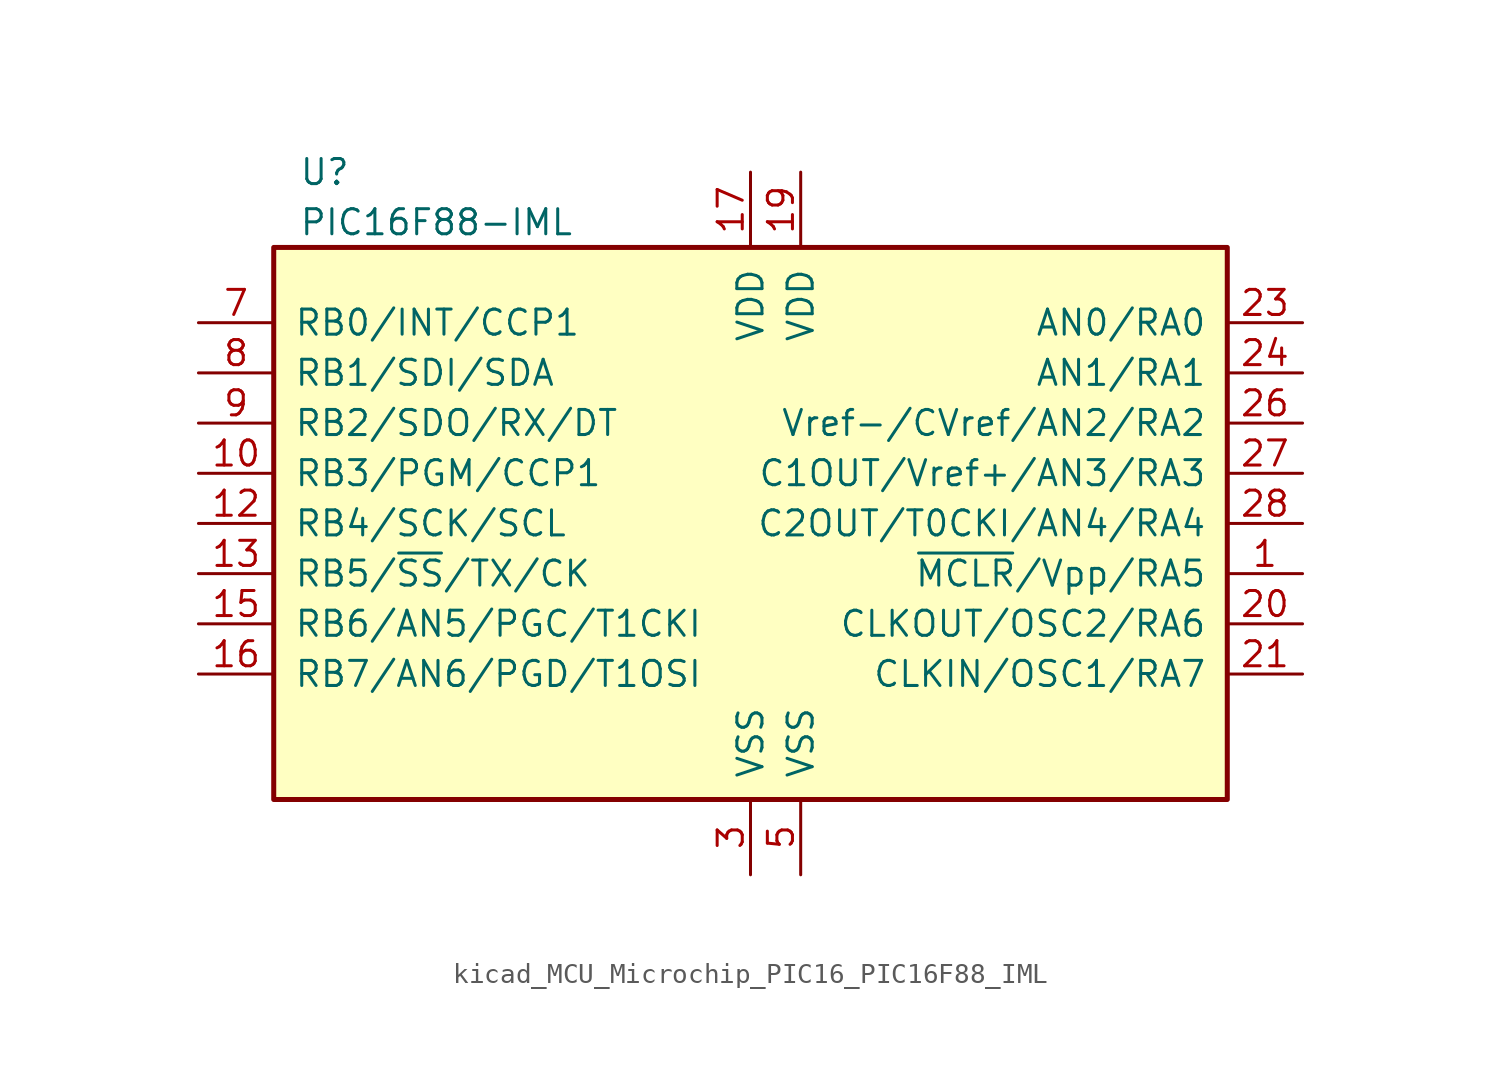
<source format=kicad_sym>
(kicad_symbol_lib
  (version 20220914)
  (generator kicad_symbol_editor)
  (symbol "kicad_MCU_Microchip_PIC16_PIC16F88_IML"
    (pin_names
      (offset 1.016))
    (property "Reference" "U"
      (at -22.86 17.78 0)
      (effects (font (size 1.27 1.27)) (justify left)))
    (property "Value" "PIC16F88-IML"
      (at -22.86 15.24 0)
      (effects (font (size 1.27 1.27)) (justify left)))
    (symbol "kicad_MCU_Microchip_PIC16_PIC16F88_IML_0_1"
      (rectangle (start 24.13 13.97) (end -24.13 -13.97) (stroke (width 0.254) (type default)) (fill (type background))))
    (symbol "kicad_MCU_Microchip_PIC16_PIC16F88_IML_1_1"
      (pin input line (at 27.94 -2.54 180) (length 3.81) (name "~{MCLR}/Vpp/RA5" (effects (font (size 1.27 1.27)))) (number "1" (effects (font (size 1.27 1.27)))))
      (pin bidirectional line (at -27.94 2.54 0) (length 3.81) (name "RB3/PGM/CCP1" (effects (font (size 1.27 1.27)))) (number "10" (effects (font (size 1.27 1.27)))))
      (pin bidirectional line (at -27.94 0 0) (length 3.81) (name "RB4/SCK/SCL" (effects (font (size 1.27 1.27)))) (number "12" (effects (font (size 1.27 1.27)))))
      (pin bidirectional line (at -27.94 -2.54 0) (length 3.81) (name "RB5/~{SS}/TX/CK" (effects (font (size 1.27 1.27)))) (number "13" (effects (font (size 1.27 1.27)))))
      (pin bidirectional line (at -27.94 -5.08 0) (length 3.81) (name "RB6/AN5/PGC/T1CKI" (effects (font (size 1.27 1.27)))) (number "15" (effects (font (size 1.27 1.27)))))
      (pin bidirectional line (at -27.94 -7.62 0) (length 3.81) (name "RB7/AN6/PGD/T1OSI" (effects (font (size 1.27 1.27)))) (number "16" (effects (font (size 1.27 1.27)))))
      (pin power_in line (at 0 17.78 270) (length 3.81) (name "VDD" (effects (font (size 1.27 1.27)))) (number "17" (effects (font (size 1.27 1.27)))))
      (pin power_in line (at 2.54 17.78 270) (length 3.81) (name "VDD" (effects (font (size 1.27 1.27)))) (number "19" (effects (font (size 1.27 1.27)))))
      (pin bidirectional line (at 27.94 -5.08 180) (length 3.81) (name "CLKOUT/OSC2/RA6" (effects (font (size 1.27 1.27)))) (number "20" (effects (font (size 1.27 1.27)))))
      (pin bidirectional line (at 27.94 -7.62 180) (length 3.81) (name "CLKIN/OSC1/RA7" (effects (font (size 1.27 1.27)))) (number "21" (effects (font (size 1.27 1.27)))))
      (pin bidirectional line (at 27.94 10.16 180) (length 3.81) (name "AN0/RA0" (effects (font (size 1.27 1.27)))) (number "23" (effects (font (size 1.27 1.27)))))
      (pin bidirectional line (at 27.94 7.62 180) (length 3.81) (name "AN1/RA1" (effects (font (size 1.27 1.27)))) (number "24" (effects (font (size 1.27 1.27)))))
      (pin bidirectional line (at 27.94 5.08 180) (length 3.81) (name "Vref-/CVref/AN2/RA2" (effects (font (size 1.27 1.27)))) (number "26" (effects (font (size 1.27 1.27)))))
      (pin bidirectional line (at 27.94 2.54 180) (length 3.81) (name "C1OUT/Vref+/AN3/RA3" (effects (font (size 1.27 1.27)))) (number "27" (effects (font (size 1.27 1.27)))))
      (pin bidirectional line (at 27.94 0 180) (length 3.81) (name "C2OUT/T0CKI/AN4/RA4" (effects (font (size 1.27 1.27)))) (number "28" (effects (font (size 1.27 1.27)))))
      (pin power_in line (at 0 -17.78 90) (length 3.81) (name "VSS" (effects (font (size 1.27 1.27)))) (number "3" (effects (font (size 1.27 1.27)))))
      (pin power_in line (at 2.54 -17.78 90) (length 3.81) (name "VSS" (effects (font (size 1.27 1.27)))) (number "5" (effects (font (size 1.27 1.27)))))
      (pin bidirectional line (at -27.94 10.16 0) (length 3.81) (name "RB0/INT/CCP1" (effects (font (size 1.27 1.27)))) (number "7" (effects (font (size 1.27 1.27)))))
      (pin bidirectional line (at -27.94 7.62 0) (length 3.81) (name "RB1/SDI/SDA" (effects (font (size 1.27 1.27)))) (number "8" (effects (font (size 1.27 1.27)))))
      (pin bidirectional line (at -27.94 5.08 0) (length 3.81) (name "RB2/SDO/RX/DT" (effects (font (size 1.27 1.27)))) (number "9" (effects (font (size 1.27 1.27))))))))
</source>
